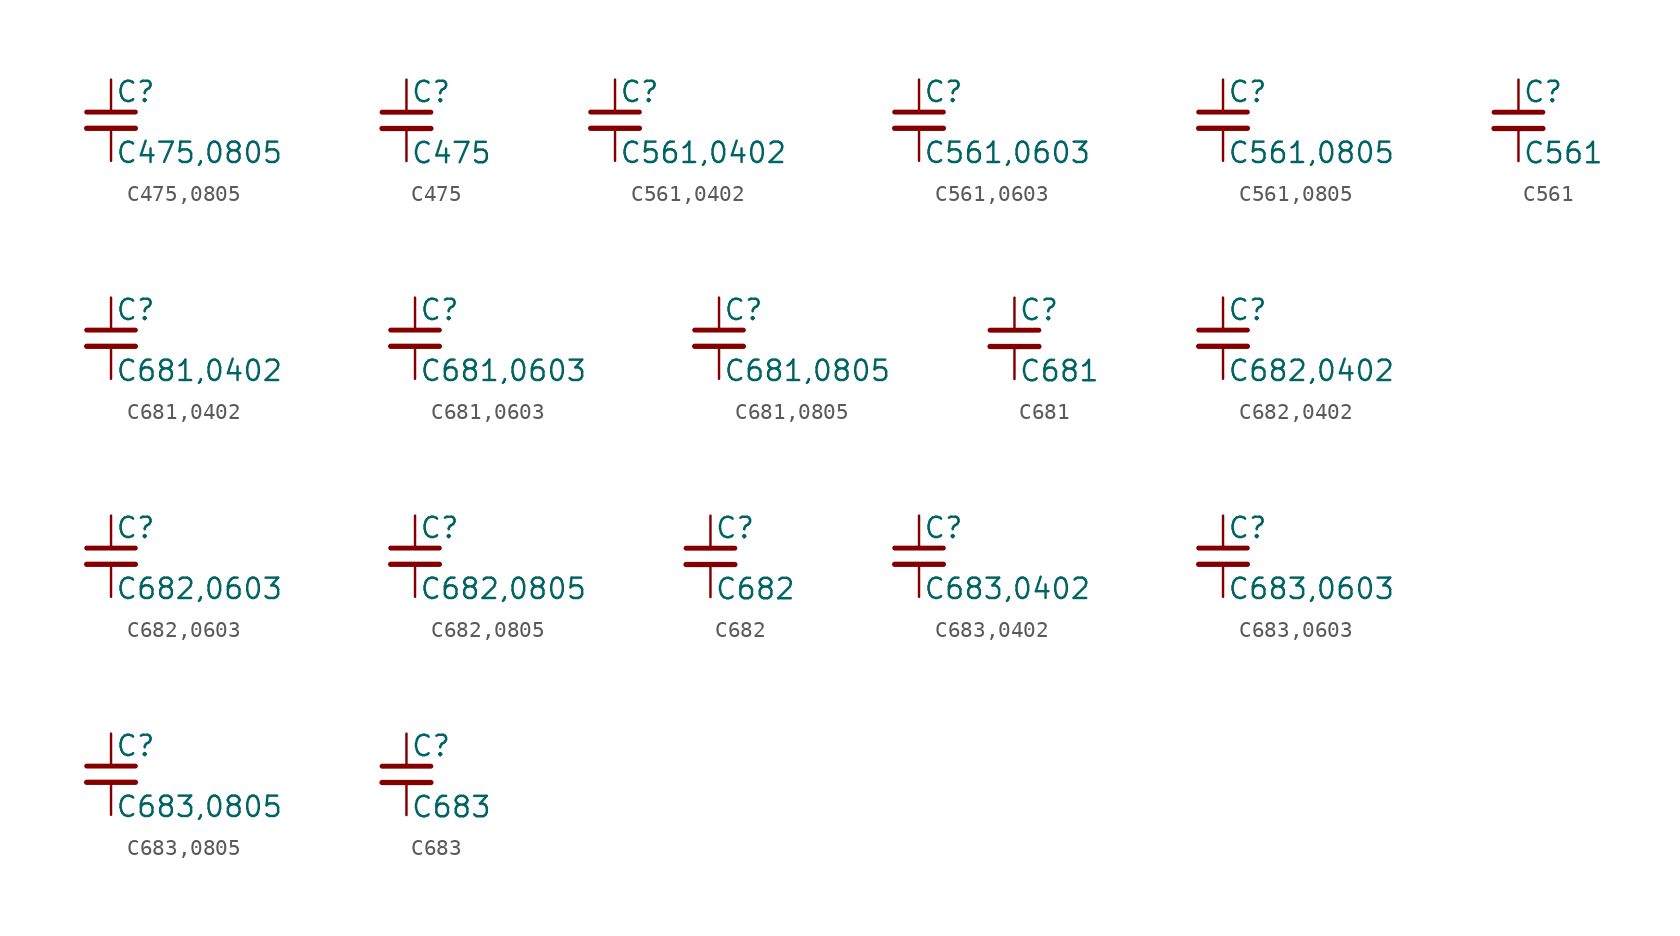
<source format=kicad_sym>
(kicad_symbol_lib
  (version 20211014)
  (generator kicad_symbol_editor)
  (symbol "C475,0805"
    (pin_numbers hide)
    (pin_names
      (offset 0.254) hide)
    (property "Reference" "C"
      (at 0.254 1.778 0)
      (effects (font (size 1.27 1.27)) (justify left)))
    (property "Value" "C475,0805"
      (at 0.254 -2.032 0)
      (effects (font (size 1.27 1.27)) (justify left)))
    (symbol "C475,0805_0_1"
      (polyline (pts (xy -1.524 -0.508) (xy 1.524 -0.508)) (stroke (width 0.33) (type default) (color 0 0 0 0)) (fill (type none)))
      (polyline (pts (xy -1.524 0.508) (xy 1.524 0.508)) (stroke (width 0.305) (type default) (color 0 0 0 0)) (fill (type none))))
    (symbol "C475,0805_1_1"
      (pin passive line (at 0 2.54 270) (length 2.032) (name "~" (effects (font (size 1.27 1.27)))) (number "1" (effects (font (size 1.27 1.27)))))
      (pin passive line (at 0 -2.54 90) (length 2.032) (name "~" (effects (font (size 1.27 1.27)))) (number "2" (effects (font (size 1.27 1.27)))))))
  (symbol "C475"
    (pin_numbers hide)
    (pin_names
      (offset 0.254) hide)
    (property "Reference" "C"
      (at 0.254 1.778 0)
      (effects (font (size 1.27 1.27)) (justify left)))
    (property "Value" "C475"
      (at 0.254 -2.032 0)
      (effects (font (size 1.27 1.27)) (justify left)))
    (symbol "C475_0_1"
      (polyline (pts (xy -1.524 -0.508) (xy 1.524 -0.508)) (stroke (width 0.33) (type default) (color 0 0 0 0)) (fill (type none)))
      (polyline (pts (xy -1.524 0.508) (xy 1.524 0.508)) (stroke (width 0.305) (type default) (color 0 0 0 0)) (fill (type none))))
    (symbol "C475_1_1"
      (pin passive line (at 0 2.54 270) (length 2.032) (name "~" (effects (font (size 1.27 1.27)))) (number "1" (effects (font (size 1.27 1.27)))))
      (pin passive line (at 0 -2.54 90) (length 2.032) (name "~" (effects (font (size 1.27 1.27)))) (number "2" (effects (font (size 1.27 1.27)))))))
  (symbol "C561,0402"
    (pin_numbers hide)
    (pin_names
      (offset 0.254) hide)
    (property "Reference" "C"
      (at 0.254 1.778 0)
      (effects (font (size 1.27 1.27)) (justify left)))
    (property "Value" "C561,0402"
      (at 0.254 -2.032 0)
      (effects (font (size 1.27 1.27)) (justify left)))
    (symbol "C561,0402_0_1"
      (polyline (pts (xy -1.524 -0.508) (xy 1.524 -0.508)) (stroke (width 0.33) (type default) (color 0 0 0 0)) (fill (type none)))
      (polyline (pts (xy -1.524 0.508) (xy 1.524 0.508)) (stroke (width 0.305) (type default) (color 0 0 0 0)) (fill (type none))))
    (symbol "C561,0402_1_1"
      (pin passive line (at 0 2.54 270) (length 2.032) (name "~" (effects (font (size 1.27 1.27)))) (number "1" (effects (font (size 1.27 1.27)))))
      (pin passive line (at 0 -2.54 90) (length 2.032) (name "~" (effects (font (size 1.27 1.27)))) (number "2" (effects (font (size 1.27 1.27)))))))
  (symbol "C561,0603"
    (pin_numbers hide)
    (pin_names
      (offset 0.254) hide)
    (property "Reference" "C"
      (at 0.254 1.778 0)
      (effects (font (size 1.27 1.27)) (justify left)))
    (property "Value" "C561,0603"
      (at 0.254 -2.032 0)
      (effects (font (size 1.27 1.27)) (justify left)))
    (symbol "C561,0603_0_1"
      (polyline (pts (xy -1.524 -0.508) (xy 1.524 -0.508)) (stroke (width 0.33) (type default) (color 0 0 0 0)) (fill (type none)))
      (polyline (pts (xy -1.524 0.508) (xy 1.524 0.508)) (stroke (width 0.305) (type default) (color 0 0 0 0)) (fill (type none))))
    (symbol "C561,0603_1_1"
      (pin passive line (at 0 2.54 270) (length 2.032) (name "~" (effects (font (size 1.27 1.27)))) (number "1" (effects (font (size 1.27 1.27)))))
      (pin passive line (at 0 -2.54 90) (length 2.032) (name "~" (effects (font (size 1.27 1.27)))) (number "2" (effects (font (size 1.27 1.27)))))))
  (symbol "C561,0805"
    (pin_numbers hide)
    (pin_names
      (offset 0.254) hide)
    (property "Reference" "C"
      (at 0.254 1.778 0)
      (effects (font (size 1.27 1.27)) (justify left)))
    (property "Value" "C561,0805"
      (at 0.254 -2.032 0)
      (effects (font (size 1.27 1.27)) (justify left)))
    (symbol "C561,0805_0_1"
      (polyline (pts (xy -1.524 -0.508) (xy 1.524 -0.508)) (stroke (width 0.33) (type default) (color 0 0 0 0)) (fill (type none)))
      (polyline (pts (xy -1.524 0.508) (xy 1.524 0.508)) (stroke (width 0.305) (type default) (color 0 0 0 0)) (fill (type none))))
    (symbol "C561,0805_1_1"
      (pin passive line (at 0 2.54 270) (length 2.032) (name "~" (effects (font (size 1.27 1.27)))) (number "1" (effects (font (size 1.27 1.27)))))
      (pin passive line (at 0 -2.54 90) (length 2.032) (name "~" (effects (font (size 1.27 1.27)))) (number "2" (effects (font (size 1.27 1.27)))))))
  (symbol "C561"
    (pin_numbers hide)
    (pin_names
      (offset 0.254) hide)
    (property "Reference" "C"
      (at 0.254 1.778 0)
      (effects (font (size 1.27 1.27)) (justify left)))
    (property "Value" "C561"
      (at 0.254 -2.032 0)
      (effects (font (size 1.27 1.27)) (justify left)))
    (symbol "C561_0_1"
      (polyline (pts (xy -1.524 -0.508) (xy 1.524 -0.508)) (stroke (width 0.33) (type default) (color 0 0 0 0)) (fill (type none)))
      (polyline (pts (xy -1.524 0.508) (xy 1.524 0.508)) (stroke (width 0.305) (type default) (color 0 0 0 0)) (fill (type none))))
    (symbol "C561_1_1"
      (pin passive line (at 0 2.54 270) (length 2.032) (name "~" (effects (font (size 1.27 1.27)))) (number "1" (effects (font (size 1.27 1.27)))))
      (pin passive line (at 0 -2.54 90) (length 2.032) (name "~" (effects (font (size 1.27 1.27)))) (number "2" (effects (font (size 1.27 1.27)))))))
  (symbol "C681,0402"
    (pin_numbers hide)
    (pin_names
      (offset 0.254) hide)
    (property "Reference" "C"
      (at 0.254 1.778 0)
      (effects (font (size 1.27 1.27)) (justify left)))
    (property "Value" "C681,0402"
      (at 0.254 -2.032 0)
      (effects (font (size 1.27 1.27)) (justify left)))
    (symbol "C681,0402_0_1"
      (polyline (pts (xy -1.524 -0.508) (xy 1.524 -0.508)) (stroke (width 0.33) (type default) (color 0 0 0 0)) (fill (type none)))
      (polyline (pts (xy -1.524 0.508) (xy 1.524 0.508)) (stroke (width 0.305) (type default) (color 0 0 0 0)) (fill (type none))))
    (symbol "C681,0402_1_1"
      (pin passive line (at 0 2.54 270) (length 2.032) (name "~" (effects (font (size 1.27 1.27)))) (number "1" (effects (font (size 1.27 1.27)))))
      (pin passive line (at 0 -2.54 90) (length 2.032) (name "~" (effects (font (size 1.27 1.27)))) (number "2" (effects (font (size 1.27 1.27)))))))
  (symbol "C681,0603"
    (pin_numbers hide)
    (pin_names
      (offset 0.254) hide)
    (property "Reference" "C"
      (at 0.254 1.778 0)
      (effects (font (size 1.27 1.27)) (justify left)))
    (property "Value" "C681,0603"
      (at 0.254 -2.032 0)
      (effects (font (size 1.27 1.27)) (justify left)))
    (symbol "C681,0603_0_1"
      (polyline (pts (xy -1.524 -0.508) (xy 1.524 -0.508)) (stroke (width 0.33) (type default) (color 0 0 0 0)) (fill (type none)))
      (polyline (pts (xy -1.524 0.508) (xy 1.524 0.508)) (stroke (width 0.305) (type default) (color 0 0 0 0)) (fill (type none))))
    (symbol "C681,0603_1_1"
      (pin passive line (at 0 2.54 270) (length 2.032) (name "~" (effects (font (size 1.27 1.27)))) (number "1" (effects (font (size 1.27 1.27)))))
      (pin passive line (at 0 -2.54 90) (length 2.032) (name "~" (effects (font (size 1.27 1.27)))) (number "2" (effects (font (size 1.27 1.27)))))))
  (symbol "C681,0805"
    (pin_numbers hide)
    (pin_names
      (offset 0.254) hide)
    (property "Reference" "C"
      (at 0.254 1.778 0)
      (effects (font (size 1.27 1.27)) (justify left)))
    (property "Value" "C681,0805"
      (at 0.254 -2.032 0)
      (effects (font (size 1.27 1.27)) (justify left)))
    (symbol "C681,0805_0_1"
      (polyline (pts (xy -1.524 -0.508) (xy 1.524 -0.508)) (stroke (width 0.33) (type default) (color 0 0 0 0)) (fill (type none)))
      (polyline (pts (xy -1.524 0.508) (xy 1.524 0.508)) (stroke (width 0.305) (type default) (color 0 0 0 0)) (fill (type none))))
    (symbol "C681,0805_1_1"
      (pin passive line (at 0 2.54 270) (length 2.032) (name "~" (effects (font (size 1.27 1.27)))) (number "1" (effects (font (size 1.27 1.27)))))
      (pin passive line (at 0 -2.54 90) (length 2.032) (name "~" (effects (font (size 1.27 1.27)))) (number "2" (effects (font (size 1.27 1.27)))))))
  (symbol "C681"
    (pin_numbers hide)
    (pin_names
      (offset 0.254) hide)
    (property "Reference" "C"
      (at 0.254 1.778 0)
      (effects (font (size 1.27 1.27)) (justify left)))
    (property "Value" "C681"
      (at 0.254 -2.032 0)
      (effects (font (size 1.27 1.27)) (justify left)))
    (symbol "C681_0_1"
      (polyline (pts (xy -1.524 -0.508) (xy 1.524 -0.508)) (stroke (width 0.33) (type default) (color 0 0 0 0)) (fill (type none)))
      (polyline (pts (xy -1.524 0.508) (xy 1.524 0.508)) (stroke (width 0.305) (type default) (color 0 0 0 0)) (fill (type none))))
    (symbol "C681_1_1"
      (pin passive line (at 0 2.54 270) (length 2.032) (name "~" (effects (font (size 1.27 1.27)))) (number "1" (effects (font (size 1.27 1.27)))))
      (pin passive line (at 0 -2.54 90) (length 2.032) (name "~" (effects (font (size 1.27 1.27)))) (number "2" (effects (font (size 1.27 1.27)))))))
  (symbol "C682,0402"
    (pin_numbers hide)
    (pin_names
      (offset 0.254) hide)
    (property "Reference" "C"
      (at 0.254 1.778 0)
      (effects (font (size 1.27 1.27)) (justify left)))
    (property "Value" "C682,0402"
      (at 0.254 -2.032 0)
      (effects (font (size 1.27 1.27)) (justify left)))
    (symbol "C682,0402_0_1"
      (polyline (pts (xy -1.524 -0.508) (xy 1.524 -0.508)) (stroke (width 0.33) (type default) (color 0 0 0 0)) (fill (type none)))
      (polyline (pts (xy -1.524 0.508) (xy 1.524 0.508)) (stroke (width 0.305) (type default) (color 0 0 0 0)) (fill (type none))))
    (symbol "C682,0402_1_1"
      (pin passive line (at 0 2.54 270) (length 2.032) (name "~" (effects (font (size 1.27 1.27)))) (number "1" (effects (font (size 1.27 1.27)))))
      (pin passive line (at 0 -2.54 90) (length 2.032) (name "~" (effects (font (size 1.27 1.27)))) (number "2" (effects (font (size 1.27 1.27)))))))
  (symbol "C682,0603"
    (pin_numbers hide)
    (pin_names
      (offset 0.254) hide)
    (property "Reference" "C"
      (at 0.254 1.778 0)
      (effects (font (size 1.27 1.27)) (justify left)))
    (property "Value" "C682,0603"
      (at 0.254 -2.032 0)
      (effects (font (size 1.27 1.27)) (justify left)))
    (symbol "C682,0603_0_1"
      (polyline (pts (xy -1.524 -0.508) (xy 1.524 -0.508)) (stroke (width 0.33) (type default) (color 0 0 0 0)) (fill (type none)))
      (polyline (pts (xy -1.524 0.508) (xy 1.524 0.508)) (stroke (width 0.305) (type default) (color 0 0 0 0)) (fill (type none))))
    (symbol "C682,0603_1_1"
      (pin passive line (at 0 2.54 270) (length 2.032) (name "~" (effects (font (size 1.27 1.27)))) (number "1" (effects (font (size 1.27 1.27)))))
      (pin passive line (at 0 -2.54 90) (length 2.032) (name "~" (effects (font (size 1.27 1.27)))) (number "2" (effects (font (size 1.27 1.27)))))))
  (symbol "C682,0805"
    (pin_numbers hide)
    (pin_names
      (offset 0.254) hide)
    (property "Reference" "C"
      (at 0.254 1.778 0)
      (effects (font (size 1.27 1.27)) (justify left)))
    (property "Value" "C682,0805"
      (at 0.254 -2.032 0)
      (effects (font (size 1.27 1.27)) (justify left)))
    (symbol "C682,0805_0_1"
      (polyline (pts (xy -1.524 -0.508) (xy 1.524 -0.508)) (stroke (width 0.33) (type default) (color 0 0 0 0)) (fill (type none)))
      (polyline (pts (xy -1.524 0.508) (xy 1.524 0.508)) (stroke (width 0.305) (type default) (color 0 0 0 0)) (fill (type none))))
    (symbol "C682,0805_1_1"
      (pin passive line (at 0 2.54 270) (length 2.032) (name "~" (effects (font (size 1.27 1.27)))) (number "1" (effects (font (size 1.27 1.27)))))
      (pin passive line (at 0 -2.54 90) (length 2.032) (name "~" (effects (font (size 1.27 1.27)))) (number "2" (effects (font (size 1.27 1.27)))))))
  (symbol "C682"
    (pin_numbers hide)
    (pin_names
      (offset 0.254) hide)
    (property "Reference" "C"
      (at 0.254 1.778 0)
      (effects (font (size 1.27 1.27)) (justify left)))
    (property "Value" "C682"
      (at 0.254 -2.032 0)
      (effects (font (size 1.27 1.27)) (justify left)))
    (symbol "C682_0_1"
      (polyline (pts (xy -1.524 -0.508) (xy 1.524 -0.508)) (stroke (width 0.33) (type default) (color 0 0 0 0)) (fill (type none)))
      (polyline (pts (xy -1.524 0.508) (xy 1.524 0.508)) (stroke (width 0.305) (type default) (color 0 0 0 0)) (fill (type none))))
    (symbol "C682_1_1"
      (pin passive line (at 0 2.54 270) (length 2.032) (name "~" (effects (font (size 1.27 1.27)))) (number "1" (effects (font (size 1.27 1.27)))))
      (pin passive line (at 0 -2.54 90) (length 2.032) (name "~" (effects (font (size 1.27 1.27)))) (number "2" (effects (font (size 1.27 1.27)))))))
  (symbol "C683,0402"
    (pin_numbers hide)
    (pin_names
      (offset 0.254) hide)
    (property "Reference" "C"
      (at 0.254 1.778 0)
      (effects (font (size 1.27 1.27)) (justify left)))
    (property "Value" "C683,0402"
      (at 0.254 -2.032 0)
      (effects (font (size 1.27 1.27)) (justify left)))
    (symbol "C683,0402_0_1"
      (polyline (pts (xy -1.524 -0.508) (xy 1.524 -0.508)) (stroke (width 0.33) (type default) (color 0 0 0 0)) (fill (type none)))
      (polyline (pts (xy -1.524 0.508) (xy 1.524 0.508)) (stroke (width 0.305) (type default) (color 0 0 0 0)) (fill (type none))))
    (symbol "C683,0402_1_1"
      (pin passive line (at 0 2.54 270) (length 2.032) (name "~" (effects (font (size 1.27 1.27)))) (number "1" (effects (font (size 1.27 1.27)))))
      (pin passive line (at 0 -2.54 90) (length 2.032) (name "~" (effects (font (size 1.27 1.27)))) (number "2" (effects (font (size 1.27 1.27)))))))
  (symbol "C683,0603"
    (pin_numbers hide)
    (pin_names
      (offset 0.254) hide)
    (property "Reference" "C"
      (at 0.254 1.778 0)
      (effects (font (size 1.27 1.27)) (justify left)))
    (property "Value" "C683,0603"
      (at 0.254 -2.032 0)
      (effects (font (size 1.27 1.27)) (justify left)))
    (symbol "C683,0603_0_1"
      (polyline (pts (xy -1.524 -0.508) (xy 1.524 -0.508)) (stroke (width 0.33) (type default) (color 0 0 0 0)) (fill (type none)))
      (polyline (pts (xy -1.524 0.508) (xy 1.524 0.508)) (stroke (width 0.305) (type default) (color 0 0 0 0)) (fill (type none))))
    (symbol "C683,0603_1_1"
      (pin passive line (at 0 2.54 270) (length 2.032) (name "~" (effects (font (size 1.27 1.27)))) (number "1" (effects (font (size 1.27 1.27)))))
      (pin passive line (at 0 -2.54 90) (length 2.032) (name "~" (effects (font (size 1.27 1.27)))) (number "2" (effects (font (size 1.27 1.27)))))))
  (symbol "C683,0805"
    (pin_numbers hide)
    (pin_names
      (offset 0.254) hide)
    (property "Reference" "C"
      (at 0.254 1.778 0)
      (effects (font (size 1.27 1.27)) (justify left)))
    (property "Value" "C683,0805"
      (at 0.254 -2.032 0)
      (effects (font (size 1.27 1.27)) (justify left)))
    (symbol "C683,0805_0_1"
      (polyline (pts (xy -1.524 -0.508) (xy 1.524 -0.508)) (stroke (width 0.33) (type default) (color 0 0 0 0)) (fill (type none)))
      (polyline (pts (xy -1.524 0.508) (xy 1.524 0.508)) (stroke (width 0.305) (type default) (color 0 0 0 0)) (fill (type none))))
    (symbol "C683,0805_1_1"
      (pin passive line (at 0 2.54 270) (length 2.032) (name "~" (effects (font (size 1.27 1.27)))) (number "1" (effects (font (size 1.27 1.27)))))
      (pin passive line (at 0 -2.54 90) (length 2.032) (name "~" (effects (font (size 1.27 1.27)))) (number "2" (effects (font (size 1.27 1.27)))))))
  (symbol "C683"
    (pin_numbers hide)
    (pin_names
      (offset 0.254) hide)
    (property "Reference" "C"
      (at 0.254 1.778 0)
      (effects (font (size 1.27 1.27)) (justify left)))
    (property "Value" "C683"
      (at 0.254 -2.032 0)
      (effects (font (size 1.27 1.27)) (justify left)))
    (symbol "C683_0_1"
      (polyline (pts (xy -1.524 -0.508) (xy 1.524 -0.508)) (stroke (width 0.33) (type default) (color 0 0 0 0)) (fill (type none)))
      (polyline (pts (xy -1.524 0.508) (xy 1.524 0.508)) (stroke (width 0.305) (type default) (color 0 0 0 0)) (fill (type none))))
    (symbol "C683_1_1"
      (pin passive line (at 0 2.54 270) (length 2.032) (name "~" (effects (font (size 1.27 1.27)))) (number "1" (effects (font (size 1.27 1.27)))))
      (pin passive line (at 0 -2.54 90) (length 2.032) (name "~" (effects (font (size 1.27 1.27)))) (number "2" (effects (font (size 1.27 1.27))))))))
</source>
